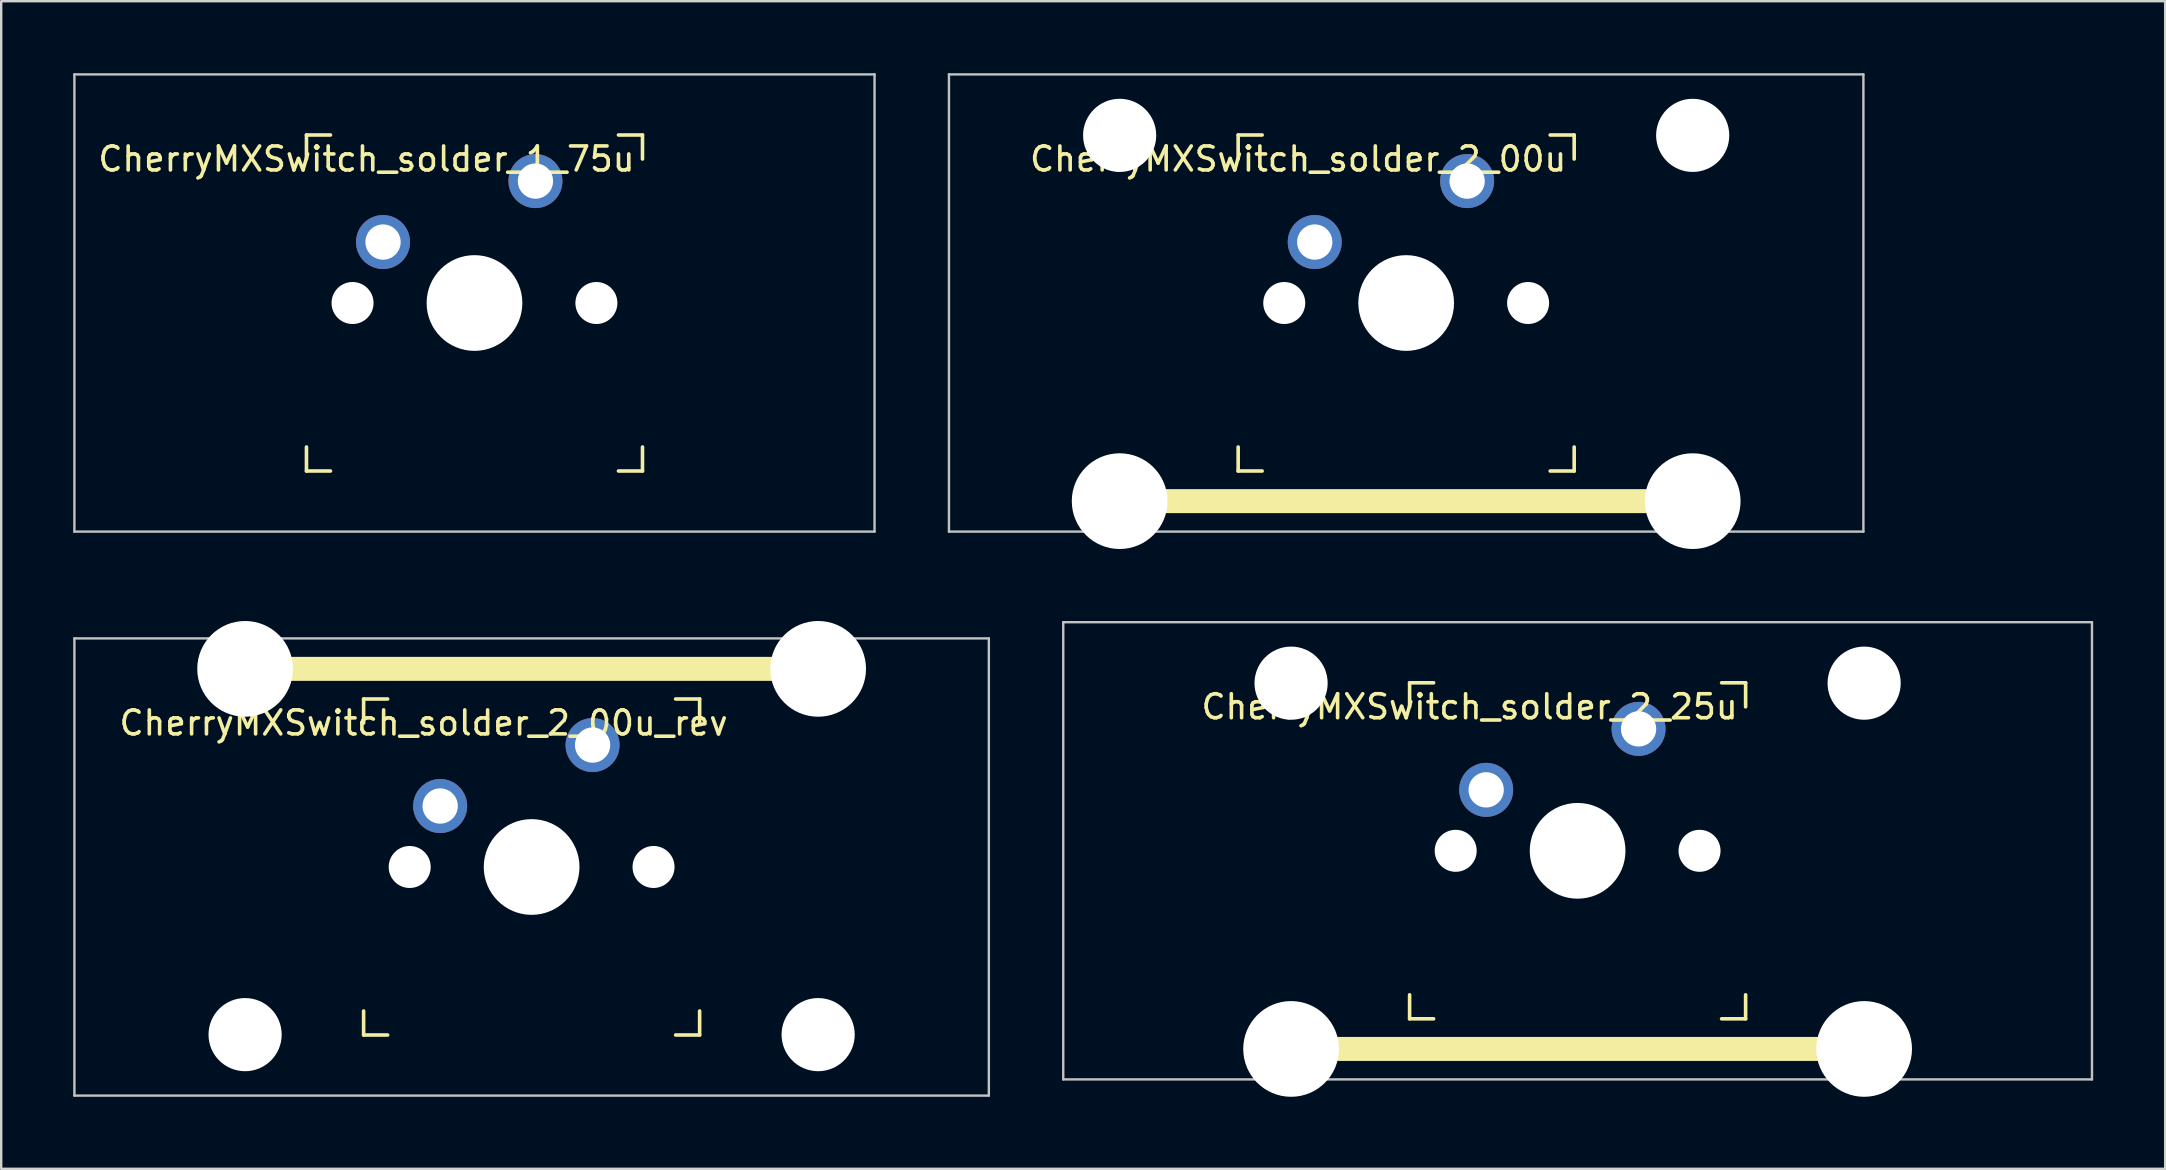
<source format=kicad_pcb>
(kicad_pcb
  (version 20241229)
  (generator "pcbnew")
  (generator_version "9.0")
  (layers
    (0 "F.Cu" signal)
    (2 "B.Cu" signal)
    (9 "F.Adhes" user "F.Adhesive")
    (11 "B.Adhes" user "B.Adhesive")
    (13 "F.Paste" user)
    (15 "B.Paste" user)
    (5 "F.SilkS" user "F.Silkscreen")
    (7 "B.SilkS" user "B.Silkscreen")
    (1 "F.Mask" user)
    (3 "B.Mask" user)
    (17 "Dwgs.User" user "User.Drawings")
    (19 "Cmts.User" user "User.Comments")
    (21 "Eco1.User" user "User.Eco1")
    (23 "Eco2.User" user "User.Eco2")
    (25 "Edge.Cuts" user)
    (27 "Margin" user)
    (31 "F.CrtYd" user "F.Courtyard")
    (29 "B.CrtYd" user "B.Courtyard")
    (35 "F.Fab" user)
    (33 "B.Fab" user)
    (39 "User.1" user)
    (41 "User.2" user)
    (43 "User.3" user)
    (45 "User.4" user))
  (footprint "CherryMXSwitch_solder_2_00u"
    (layer "F.Cu")
    (at 55.538 9.575)
    (property "Reference" "CherryMXSwitch_solder_2_00u" (at -4.5 -6 0) (unlocked yes) (layer "F.SilkS") (effects (font (size 1 1) (thickness 0.15))))
    (attr smd)
    (fp_line (start -11.938 8.255) (end 11.938 8.255) (stroke (width 1) (type solid)) (layer "F.SilkS"))
    (fp_line (start -7 -7) (end -6 -7) (stroke (width 0.15) (type solid)) (layer "F.SilkS"))
    (fp_line (start -7 -6) (end -7 -7) (stroke (width 0.15) (type solid)) (layer "F.SilkS"))
    (fp_line (start -7 6) (end -7 7) (stroke (width 0.15) (type solid)) (layer "F.SilkS"))
    (fp_line (start -7 7) (end -6 7) (stroke (width 0.15) (type solid)) (layer "F.SilkS"))
    (fp_line (start 6 7) (end 7 7) (stroke (width 0.15) (type solid)) (layer "F.SilkS"))
    (fp_line (start 7 -7) (end 6 -7) (stroke (width 0.15) (type solid)) (layer "F.SilkS"))
    (fp_line (start 7 -7) (end 7 -6) (stroke (width 0.15) (type solid)) (layer "F.SilkS"))
    (fp_line (start 7 7) (end 7 6) (stroke (width 0.15) (type solid)) (layer "F.SilkS"))
    (fp_line (start -19.05 -9.525) (end 19.05 -9.525) (stroke (width 0.1) (type solid)) (layer "Dwgs.User"))
    (fp_line (start -19.05 9.525) (end -19.05 -9.525) (stroke (width 0.1) (type solid)) (layer "Dwgs.User"))
    (fp_line (start 19.05 -9.525) (end 19.05 9.525) (stroke (width 0.1) (type solid)) (layer "Dwgs.User"))
    (fp_line (start 19.05 9.525) (end -19.05 9.525) (stroke (width 0.1) (type solid)) (layer "Dwgs.User"))
    (fp_line (start -7 -7) (end 7 -7) (stroke (width 0.1) (type solid)) (layer "Eco1.User"))
    (fp_line (start -7 7) (end -7 -7) (stroke (width 0.1) (type solid)) (layer "Eco1.User"))
    (fp_line (start 7 -7) (end 7 7) (stroke (width 0.1) (type solid)) (layer "Eco1.User"))
    (fp_line (start 7 7) (end -7 7) (stroke (width 0.1) (type solid)) (layer "Eco1.User"))
    (fp_rect (start 1.75 3.25) (end -1.75 6.35) (stroke (width 0.1) (type solid)) (fill no) (layer "Eco1.User"))
    (fp_line (start 0 0) (end 0 4.8) (stroke (width 0.05) (type solid)) (layer "Eco2.User"))
    (fp_line (start 0 0) (end 8.262 0) (stroke (width 0.05) (type solid)) (layer "Eco2.User"))
    (pad "" np_thru_hole circle (at -11.938 -6.985) (size 3.048 3.048) (drill 3.048) (layers "*.Cu" "*.Mask"))
    (pad "" np_thru_hole circle (at -11.938 8.255) (size 3.988 3.988) (drill 3.988) (layers "*.Cu" "*.Mask"))
    (pad "" np_thru_hole circle (at -5.08 0 48.1) (size 1.75 1.75) (drill 1.75) (layers "*.Cu" "*.Mask"))
    (pad "" np_thru_hole circle (at 0 0) (size 3.988 3.988) (drill 3.988) (layers "*.Cu" "*.Mask"))
    (pad "" np_thru_hole circle (at 5.08 0 48.1) (size 1.75 1.75) (drill 1.75) (layers "*.Cu" "*.Mask"))
    (pad "" np_thru_hole circle (at 11.938 -6.985) (size 3.048 3.048) (drill 3.048) (layers "*.Cu" "*.Mask"))
    (pad "" np_thru_hole circle (at 11.938 8.255) (size 3.988 3.988) (drill 3.988) (layers "*.Cu" "*.Mask"))
    (pad "1" thru_hole circle (at -3.81 -2.54) (size 2.25 2.25) (drill 1.47) (layers "*.Cu" "*.Mask"))
    (pad "2" thru_hole circle (at 2.54 -5.08) (size 2.25 2.25) (drill 1.47) (layers "*.Cu" "*.Mask")))
  (footprint "CherryMXSwitch_solder_2_25u"
    (layer "F.Cu")
    (at 62.681 32.399)
    (property "Reference" "CherryMXSwitch_solder_2_25u" (at -4.5 -6 0) (unlocked yes) (layer "F.SilkS") (effects (font (size 1 1) (thickness 0.15))))
    (attr smd)
    (fp_line (start -11.938 8.255) (end 11.938 8.255) (stroke (width 1) (type solid)) (layer "F.SilkS"))
    (fp_line (start -7 -7) (end -6 -7) (stroke (width 0.15) (type solid)) (layer "F.SilkS"))
    (fp_line (start -7 -6) (end -7 -7) (stroke (width 0.15) (type solid)) (layer "F.SilkS"))
    (fp_line (start -7 6) (end -7 7) (stroke (width 0.15) (type solid)) (layer "F.SilkS"))
    (fp_line (start -7 7) (end -6 7) (stroke (width 0.15) (type solid)) (layer "F.SilkS"))
    (fp_line (start 6 7) (end 7 7) (stroke (width 0.15) (type solid)) (layer "F.SilkS"))
    (fp_line (start 7 -7) (end 6 -7) (stroke (width 0.15) (type solid)) (layer "F.SilkS"))
    (fp_line (start 7 -7) (end 7 -6) (stroke (width 0.15) (type solid)) (layer "F.SilkS"))
    (fp_line (start 7 7) (end 7 6) (stroke (width 0.15) (type solid)) (layer "F.SilkS"))
    (fp_line (start -21.431 -9.525) (end 21.431 -9.525) (stroke (width 0.1) (type solid)) (layer "Dwgs.User"))
    (fp_line (start -21.431 9.525) (end -21.431 -9.525) (stroke (width 0.1) (type solid)) (layer "Dwgs.User"))
    (fp_line (start 21.431 -9.525) (end 21.431 9.525) (stroke (width 0.1) (type solid)) (layer "Dwgs.User"))
    (fp_line (start 21.431 9.525) (end -21.431 9.525) (stroke (width 0.1) (type solid)) (layer "Dwgs.User"))
    (fp_line (start -7 -7) (end 7 -7) (stroke (width 0.1) (type solid)) (layer "Eco1.User"))
    (fp_line (start -7 7) (end -7 -7) (stroke (width 0.1) (type solid)) (layer "Eco1.User"))
    (fp_line (start 7 -7) (end 7 7) (stroke (width 0.1) (type solid)) (layer "Eco1.User"))
    (fp_line (start 7 7) (end -7 7) (stroke (width 0.1) (type solid)) (layer "Eco1.User"))
    (fp_rect (start 1.75 3.25) (end -1.75 6.35) (stroke (width 0.1) (type solid)) (fill no) (layer "Eco1.User"))
    (fp_line (start 0 0) (end 0 4.8) (stroke (width 0.05) (type solid)) (layer "Eco2.User"))
    (fp_line (start 0 0) (end 8.262 0) (stroke (width 0.05) (type solid)) (layer "Eco2.User"))
    (pad "" np_thru_hole circle (at -11.938 -6.985) (size 3.048 3.048) (drill 3.048) (layers "*.Cu" "*.Mask"))
    (pad "" np_thru_hole circle (at -11.938 8.255) (size 3.988 3.988) (drill 3.988) (layers "*.Cu" "*.Mask"))
    (pad "" np_thru_hole circle (at -5.08 0 48.1) (size 1.75 1.75) (drill 1.75) (layers "*.Cu" "*.Mask"))
    (pad "" np_thru_hole circle (at 0 0) (size 3.988 3.988) (drill 3.988) (layers "*.Cu" "*.Mask"))
    (pad "" np_thru_hole circle (at 5.08 0 48.1) (size 1.75 1.75) (drill 1.75) (layers "*.Cu" "*.Mask"))
    (pad "" np_thru_hole circle (at 11.938 -6.985) (size 3.048 3.048) (drill 3.048) (layers "*.Cu" "*.Mask"))
    (pad "" np_thru_hole circle (at 11.938 8.255) (size 3.988 3.988) (drill 3.988) (layers "*.Cu" "*.Mask"))
    (pad "1" thru_hole circle (at -3.81 -2.54) (size 2.25 2.25) (drill 1.47) (layers "*.Cu" "*.Mask"))
    (pad "2" thru_hole circle (at 2.54 -5.08) (size 2.25 2.25) (drill 1.47) (layers "*.Cu" "*.Mask")))
  (footprint "CherryMXSwitch_solder_1_75u"
    (layer "F.Cu")
    (at 16.719 9.575)
    (property "Reference" "CherryMXSwitch_solder_1_75u" (at -4.5 -6 0) (unlocked yes) (layer "F.SilkS") (effects (font (size 1 1) (thickness 0.15))))
    (attr smd)
    (fp_line (start -7 -7) (end -6 -7) (stroke (width 0.15) (type solid)) (layer "F.SilkS"))
    (fp_line (start -7 -6) (end -7 -7) (stroke (width 0.15) (type solid)) (layer "F.SilkS"))
    (fp_line (start -7 6) (end -7 7) (stroke (width 0.15) (type solid)) (layer "F.SilkS"))
    (fp_line (start -7 7) (end -6 7) (stroke (width 0.15) (type solid)) (layer "F.SilkS"))
    (fp_line (start 6 7) (end 7 7) (stroke (width 0.15) (type solid)) (layer "F.SilkS"))
    (fp_line (start 7 -7) (end 6 -7) (stroke (width 0.15) (type solid)) (layer "F.SilkS"))
    (fp_line (start 7 -7) (end 7 -6) (stroke (width 0.15) (type solid)) (layer "F.SilkS"))
    (fp_line (start 7 7) (end 7 6) (stroke (width 0.15) (type solid)) (layer "F.SilkS"))
    (fp_line (start -16.669 -9.525) (end -16.669 9.525) (stroke (width 0.1) (type solid)) (layer "Dwgs.User"))
    (fp_line (start -16.669 9.525) (end 16.669 9.525) (stroke (width 0.1) (type solid)) (layer "Dwgs.User"))
    (fp_line (start 16.669 -9.525) (end -16.669 -9.525) (stroke (width 0.1) (type solid)) (layer "Dwgs.User"))
    (fp_line (start 16.669 9.525) (end 16.669 -9.525) (stroke (width 0.1) (type solid)) (layer "Dwgs.User"))
    (fp_line (start -7 -7) (end 7 -7) (stroke (width 0.1) (type solid)) (layer "Eco1.User"))
    (fp_line (start -7 7) (end -7 -7) (stroke (width 0.1) (type solid)) (layer "Eco1.User"))
    (fp_line (start 7 -7) (end 7 7) (stroke (width 0.1) (type solid)) (layer "Eco1.User"))
    (fp_line (start 7 7) (end -7 7) (stroke (width 0.1) (type solid)) (layer "Eco1.User"))
    (fp_rect (start 1.75 3.25) (end -1.75 6.35) (stroke (width 0.1) (type solid)) (fill no) (layer "Eco1.User"))
    (fp_line (start 0 0) (end 0 4.8) (stroke (width 0.05) (type solid)) (layer "Eco2.User"))
    (fp_line (start 0 0) (end 8.262 0) (stroke (width 0.05) (type solid)) (layer "Eco2.User"))
    (pad "" np_thru_hole circle (at -5.08 0 48.1) (size 1.75 1.75) (drill 1.75) (layers "*.Cu" "*.Mask"))
    (pad "" np_thru_hole circle (at 0 0) (size 3.988 3.988) (drill 3.988) (layers "*.Cu" "*.Mask"))
    (pad "" np_thru_hole circle (at 5.08 0 48.1) (size 1.75 1.75) (drill 1.75) (layers "*.Cu" "*.Mask"))
    (pad "1" thru_hole circle (at -3.81 -2.54) (size 2.25 2.25) (drill 1.47) (layers "*.Cu" "*.Mask"))
    (pad "2" thru_hole circle (at 2.54 -5.08) (size 2.25 2.25) (drill 1.47) (layers "*.Cu" "*.Mask")))
  (footprint "CherryMXSwitch_solder_2_00u_rev"
    (layer "F.Cu")
    (at 19.1 33.073)
    (property "Reference" "CherryMXSwitch_solder_2_00u_rev" (at -4.5 -6 0) (unlocked yes) (layer "F.SilkS") (effects (font (size 1 1) (thickness 0.15))))
    (attr smd)
    (fp_line (start -7 -7) (end -6 -7) (stroke (width 0.15) (type solid)) (layer "F.SilkS"))
    (fp_line (start -7 -6) (end -7 -7) (stroke (width 0.15) (type solid)) (layer "F.SilkS"))
    (fp_line (start -7 6) (end -7 7) (stroke (width 0.15) (type solid)) (layer "F.SilkS"))
    (fp_line (start -7 7) (end -6 7) (stroke (width 0.15) (type solid)) (layer "F.SilkS"))
    (fp_line (start 6 7) (end 7 7) (stroke (width 0.15) (type solid)) (layer "F.SilkS"))
    (fp_line (start 7 -7) (end 6 -7) (stroke (width 0.15) (type solid)) (layer "F.SilkS"))
    (fp_line (start 7 -7) (end 7 -6) (stroke (width 0.15) (type solid)) (layer "F.SilkS"))
    (fp_line (start 7 7) (end 7 6) (stroke (width 0.15) (type solid)) (layer "F.SilkS"))
    (fp_line (start 11.938 -8.255) (end -11.938 -8.255) (stroke (width 1) (type solid)) (layer "F.SilkS"))
    (fp_line (start -19.05 -9.525) (end 19.05 -9.525) (stroke (width 0.1) (type solid)) (layer "Dwgs.User"))
    (fp_line (start -19.05 9.525) (end -19.05 -9.525) (stroke (width 0.1) (type solid)) (layer "Dwgs.User"))
    (fp_line (start 19.05 -9.525) (end 19.05 9.525) (stroke (width 0.1) (type solid)) (layer "Dwgs.User"))
    (fp_line (start 19.05 9.525) (end -19.05 9.525) (stroke (width 0.1) (type solid)) (layer "Dwgs.User"))
    (fp_line (start -7 -7) (end 7 -7) (stroke (width 0.1) (type solid)) (layer "Eco1.User"))
    (fp_line (start -7 7) (end -7 -7) (stroke (width 0.1) (type solid)) (layer "Eco1.User"))
    (fp_line (start 7 -7) (end 7 7) (stroke (width 0.1) (type solid)) (layer "Eco1.User"))
    (fp_line (start 7 7) (end -7 7) (stroke (width 0.1) (type solid)) (layer "Eco1.User"))
    (fp_rect (start 1.75 3.25) (end -1.75 6.35) (stroke (width 0.1) (type solid)) (fill no) (layer "Eco1.User"))
    (fp_line (start 0 0) (end 0 4.8) (stroke (width 0.05) (type solid)) (layer "Eco2.User"))
    (fp_line (start 0 0) (end 8.262 0) (stroke (width 0.05) (type solid)) (layer "Eco2.User"))
    (pad "" np_thru_hole circle (at -11.938 -8.255 180) (size 3.988 3.988) (drill 3.988) (layers "*.Cu" "*.Mask"))
    (pad "" np_thru_hole circle (at -11.938 6.985 180) (size 3.048 3.048) (drill 3.048) (layers "*.Cu" "*.Mask"))
    (pad "" np_thru_hole circle (at -5.08 0 48.1) (size 1.75 1.75) (drill 1.75) (layers "*.Cu" "*.Mask"))
    (pad "" np_thru_hole circle (at 0 0) (size 3.988 3.988) (drill 3.988) (layers "*.Cu" "*.Mask"))
    (pad "" np_thru_hole circle (at 5.08 0 48.1) (size 1.75 1.75) (drill 1.75) (layers "*.Cu" "*.Mask"))
    (pad "" np_thru_hole circle (at 11.938 -8.255 180) (size 3.988 3.988) (drill 3.988) (layers "*.Cu" "*.Mask"))
    (pad "" np_thru_hole circle (at 11.938 6.985 180) (size 3.048 3.048) (drill 3.048) (layers "*.Cu" "*.Mask"))
    (pad "1" thru_hole circle (at -3.81 -2.54) (size 2.25 2.25) (drill 1.47) (layers "*.Cu" "*.Mask"))
    (pad "2" thru_hole circle (at 2.54 -5.08) (size 2.25 2.25) (drill 1.47) (layers "*.Cu" "*.Mask")))
  (gr_rect
    (start -3 -3)
    (end 87.162 45.648)
    (stroke (width 0.1) (type default))
    (fill no)
    (layer "Edge.Cuts")))
</source>
